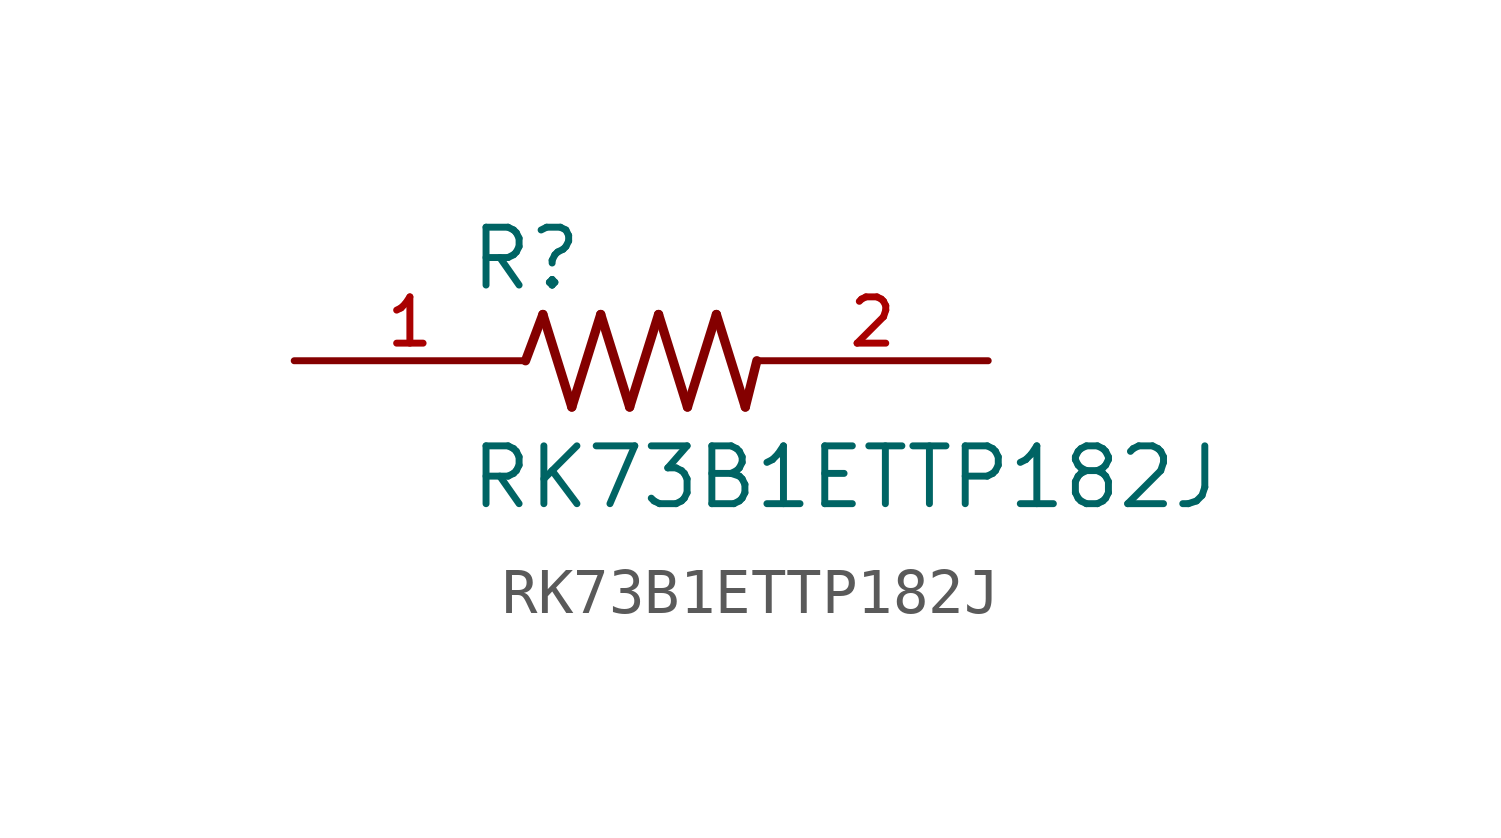
<source format=kicad_sym>
(kicad_symbol_lib
  (version 20211014)
  (generator kicad_symbol_editor)
  (symbol "RK73B1ETTP182J"
    (pin_names
      (offset 1.016))
    (property "Reference" "R"
      (at -3.81 1.499 0)
      (effects (font (size 1.27 1.27)) (justify bottom left)))
    (property "Value" "RK73B1ETTP182J"
      (at -3.81 -3.302 0)
      (effects (font (size 1.27 1.27)) (justify bottom left)))
    (symbol "RK73B1ETTP182J_0_0"
      (polyline (pts (xy -2.54 0.0) (xy -2.159 1.016)) (stroke (width 0.203)))
      (polyline (pts (xy -2.159 1.016) (xy -1.524 -1.016)) (stroke (width 0.203)))
      (polyline (pts (xy -1.524 -1.016) (xy -0.889 1.016)) (stroke (width 0.203)))
      (polyline (pts (xy -0.889 1.016) (xy -0.254 -1.016)) (stroke (width 0.203)))
      (polyline (pts (xy -0.254 -1.016) (xy 0.381 1.016)) (stroke (width 0.203)))
      (polyline (pts (xy 0.381 1.016) (xy 1.016 -1.016)) (stroke (width 0.203)))
      (polyline (pts (xy 1.016 -1.016) (xy 1.651 1.016)) (stroke (width 0.203)))
      (polyline (pts (xy 1.651 1.016) (xy 2.286 -1.016)) (stroke (width 0.203)))
      (polyline (pts (xy 2.286 -1.016) (xy 2.54 0.0)) (stroke (width 0.203)))
      (pin passive line (at 7.62 0.0 180.0) (length 5.08) (name "~" (effects (font (size 1.016 1.016)))) (number "2" (effects (font (size 1.016 1.016)))))
      (pin passive line (at -7.62 0.0 0) (length 5.08) (name "~" (effects (font (size 1.016 1.016)))) (number "1" (effects (font (size 1.016 1.016))))))))
</source>
